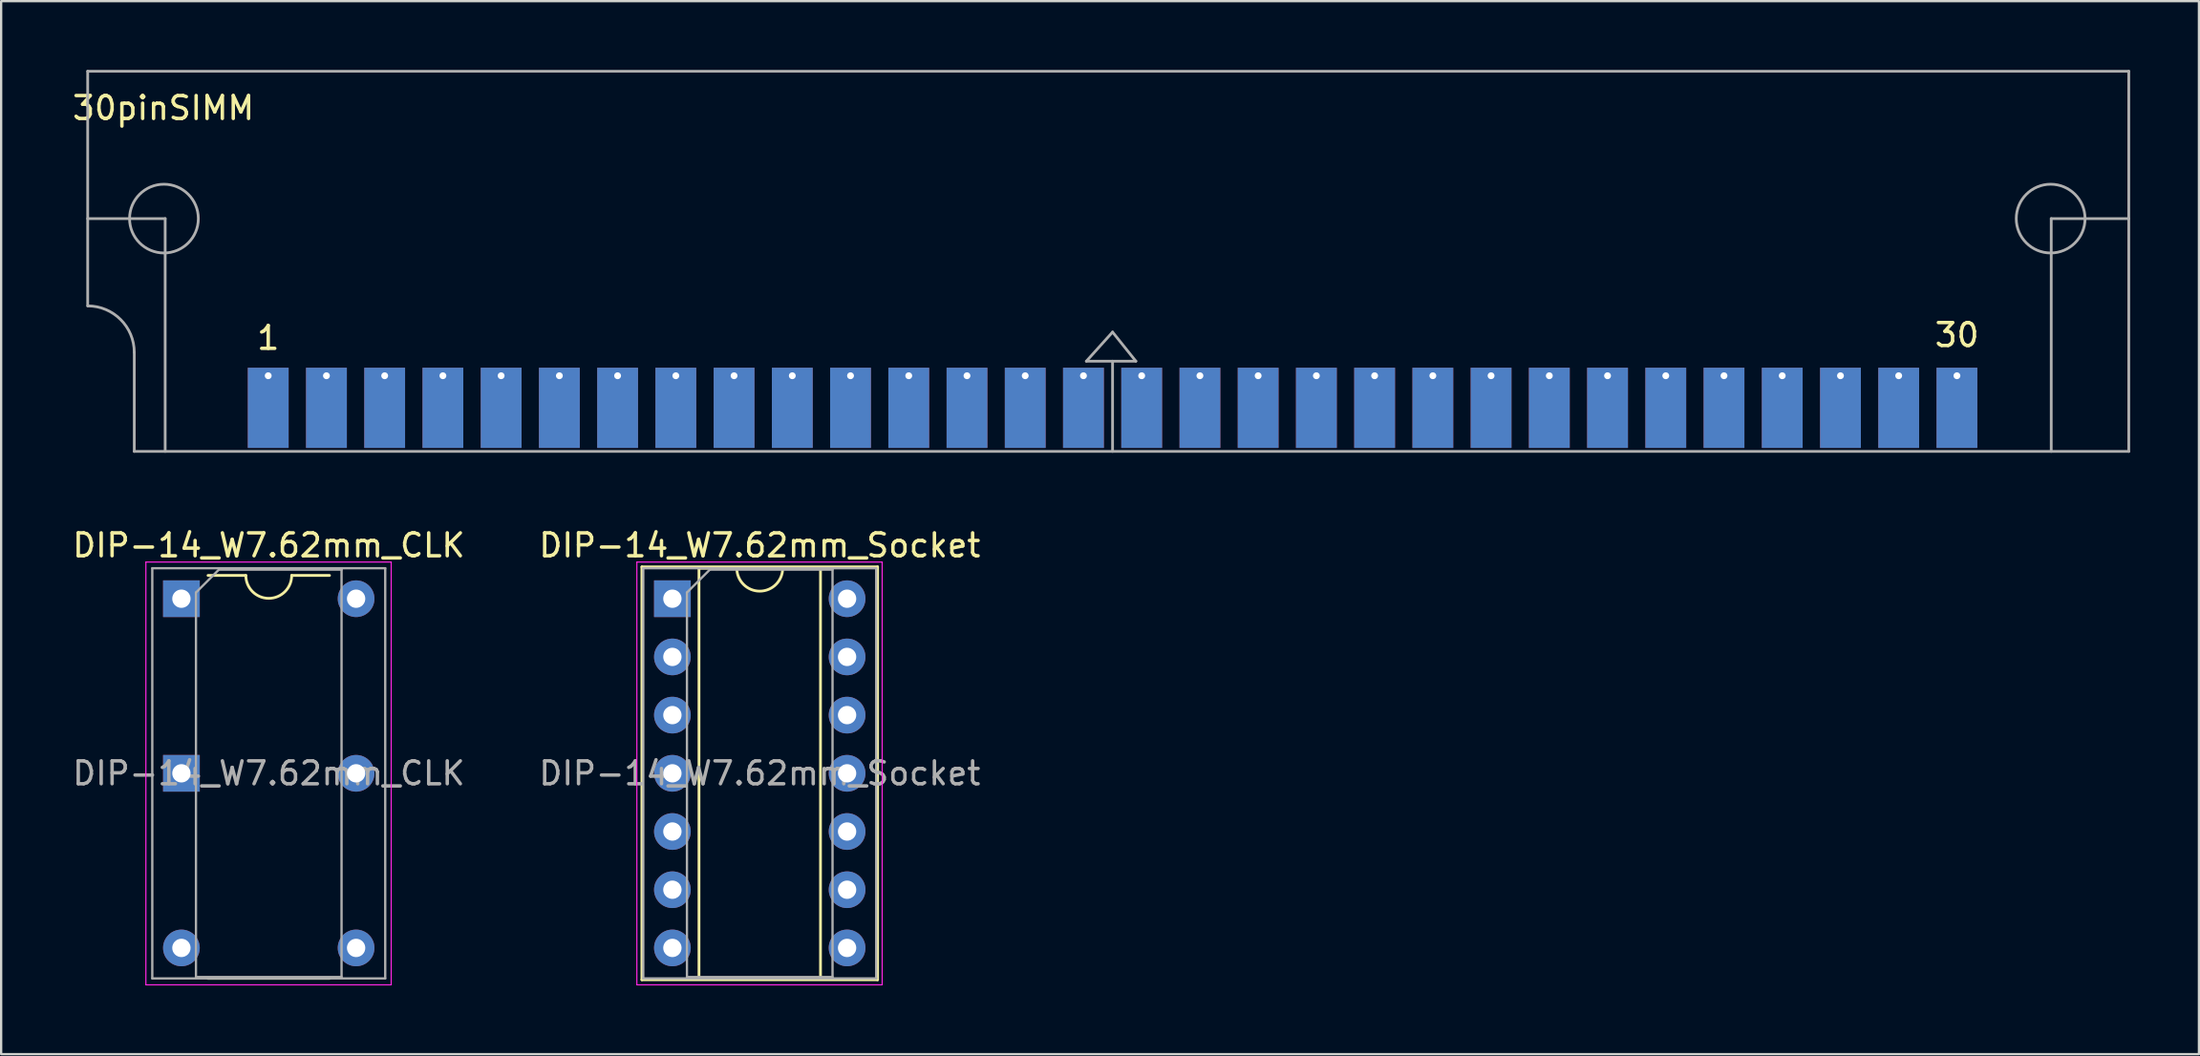
<source format=kicad_pcb>
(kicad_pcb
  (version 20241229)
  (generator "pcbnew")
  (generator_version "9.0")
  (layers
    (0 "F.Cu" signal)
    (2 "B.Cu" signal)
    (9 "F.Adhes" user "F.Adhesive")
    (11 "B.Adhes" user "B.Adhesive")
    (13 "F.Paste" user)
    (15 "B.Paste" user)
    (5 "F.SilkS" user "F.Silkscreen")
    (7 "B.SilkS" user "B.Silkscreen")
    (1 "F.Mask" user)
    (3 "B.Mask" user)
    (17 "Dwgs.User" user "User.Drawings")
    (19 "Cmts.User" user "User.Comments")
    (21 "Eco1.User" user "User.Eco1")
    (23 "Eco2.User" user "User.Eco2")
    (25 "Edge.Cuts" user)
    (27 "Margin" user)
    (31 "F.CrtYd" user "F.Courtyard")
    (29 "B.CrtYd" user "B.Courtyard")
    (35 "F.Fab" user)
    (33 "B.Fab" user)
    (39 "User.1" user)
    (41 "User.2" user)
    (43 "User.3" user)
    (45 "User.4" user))
  (footprint "30pinSIMM"
    (layer "F.Cu")
    (at 0.775 16.65)
    (property "Reference" "30pinSIMM" (at 3.302 -14.986 0) (layer "F.SilkS") (effects (font (size 1 1) (thickness 0.15))))
    (attr through_hole)
    (fp_line (start 0 -16.59) (end 89.03 -16.59) (stroke (width 0.12) (type solid)) (layer "F.Fab"))
    (fp_line (start 0 -10.16) (end 3.38 -10.16) (stroke (width 0.12) (type solid)) (layer "F.Fab"))
    (fp_line (start 0 -6.35) (end 0 -16.59) (stroke (width 0.12) (type solid)) (layer "F.Fab"))
    (fp_line (start 2.032 0) (end 2.032 -4.318) (stroke (width 0.12) (type solid)) (layer "F.Fab"))
    (fp_line (start 2.032 0) (end 89.03 0) (stroke (width 0.12) (type solid)) (layer "F.Fab"))
    (fp_line (start 3.38 0) (end 3.38 -10.16) (stroke (width 0.12) (type solid)) (layer "F.Fab"))
    (fp_line (start 43.561 -3.937) (end 44.704 -5.207) (stroke (width 0.12) (type solid)) (layer "F.Fab"))
    (fp_line (start 43.561 -3.937) (end 45.72 -3.937) (stroke (width 0.12) (type solid)) (layer "F.Fab"))
    (fp_line (start 44.704 -5.207) (end 45.72 -3.937) (stroke (width 0.12) (type solid)) (layer "F.Fab"))
    (fp_line (start 44.704 0) (end 44.704 -3.937) (stroke (width 0.12) (type solid)) (layer "F.Fab"))
    (fp_line (start 85.647 -10.16) (end 89.027 -10.16) (stroke (width 0.12) (type solid)) (layer "F.Fab"))
    (fp_line (start 85.647 0) (end 85.647 -10.16) (stroke (width 0.12) (type solid)) (layer "F.Fab"))
    (fp_line (start 89.03 0) (end 89.03 -16.59) (stroke (width 0.12) (type solid)) (layer "F.Fab"))
    (fp_arc (start 0.003547 -6.349999) (mid 1.438095 -5.753588) (end 2.032 -4.318002) (stroke (width 0.12) (type solid)) (layer "F.Fab"))
    (fp_circle (center 3.326 -10.16) (end 4.826 -10.16) (stroke (width 0.12) (type solid)) (fill no) (layer "F.Fab"))
    (fp_circle (center 85.622 -10.16) (end 87.122 -10.16) (stroke (width 0.12) (type solid)) (fill no) (layer "F.Fab"))
    (fp_text user "1" (at 7.874 -4.953 0) (layer "F.SilkS") (effects (font (size 1 1) (thickness 0.15))))
    (fp_text user "30" (at 81.534 -5.08 0) (layer "F.SilkS") (effects (font (size 1 1) (thickness 0.15))))
    (pad "1" thru_hole rect (at 7.874 -3.302) (size 1.78 3.5) (drill 0.3 (offset 0 1.4)) (layers "*.Cu" "*.Mask"))
    (pad "2" thru_hole rect (at 10.414 -3.302) (size 1.78 3.5) (drill 0.3 (offset 0 1.4)) (layers "*.Cu" "*.Mask"))
    (pad "3" thru_hole rect (at 12.954 -3.302) (size 1.78 3.5) (drill 0.3 (offset 0 1.4)) (layers "*.Cu" "*.Mask"))
    (pad "4" thru_hole rect (at 15.494 -3.302) (size 1.78 3.5) (drill 0.3 (offset 0 1.4)) (layers "*.Cu" "*.Mask"))
    (pad "5" thru_hole rect (at 18.034 -3.302) (size 1.78 3.5) (drill 0.3 (offset 0 1.4)) (layers "*.Cu" "*.Mask"))
    (pad "6" thru_hole rect (at 20.574 -3.302) (size 1.78 3.5) (drill 0.3 (offset 0 1.4)) (layers "*.Cu" "*.Mask"))
    (pad "7" thru_hole rect (at 23.114 -3.302) (size 1.78 3.5) (drill 0.3 (offset 0 1.4)) (layers "*.Cu" "*.Mask"))
    (pad "8" thru_hole rect (at 25.654 -3.302) (size 1.78 3.5) (drill 0.3 (offset 0 1.4)) (layers "*.Cu" "*.Mask"))
    (pad "9" thru_hole rect (at 28.194 -3.302) (size 1.78 3.5) (drill 0.3 (offset 0 1.4)) (layers "*.Cu" "*.Mask"))
    (pad "10" thru_hole rect (at 30.734 -3.302) (size 1.78 3.5) (drill 0.3 (offset 0 1.4)) (layers "*.Cu" "*.Mask"))
    (pad "11" thru_hole rect (at 33.274 -3.302) (size 1.78 3.5) (drill 0.3 (offset 0 1.4)) (layers "*.Cu" "*.Mask"))
    (pad "12" thru_hole rect (at 35.814 -3.302) (size 1.78 3.5) (drill 0.3 (offset 0 1.4)) (layers "*.Cu" "*.Mask"))
    (pad "13" thru_hole rect (at 38.354 -3.302) (size 1.78 3.5) (drill 0.3 (offset 0 1.4)) (layers "*.Cu" "*.Mask"))
    (pad "14" thru_hole rect (at 40.894 -3.302) (size 1.78 3.5) (drill 0.3 (offset 0 1.4)) (layers "*.Cu" "*.Mask"))
    (pad "15" thru_hole rect (at 43.434 -3.302) (size 1.78 3.5) (drill 0.3 (offset 0 1.4)) (layers "*.Cu" "*.Mask"))
    (pad "16" thru_hole rect (at 45.974 -3.302) (size 1.78 3.5) (drill 0.3 (offset 0 1.4)) (layers "*.Cu" "*.Mask"))
    (pad "17" thru_hole rect (at 48.514 -3.302) (size 1.78 3.5) (drill 0.3 (offset 0 1.4)) (layers "*.Cu" "*.Mask"))
    (pad "18" thru_hole rect (at 51.054 -3.302) (size 1.78 3.5) (drill 0.3 (offset 0 1.4)) (layers "*.Cu" "*.Mask"))
    (pad "19" thru_hole rect (at 53.594 -3.302) (size 1.78 3.5) (drill 0.3 (offset 0 1.4)) (layers "*.Cu" "*.Mask"))
    (pad "20" thru_hole rect (at 56.134 -3.302) (size 1.78 3.5) (drill 0.3 (offset 0 1.4)) (layers "*.Cu" "*.Mask"))
    (pad "21" thru_hole rect (at 58.674 -3.302) (size 1.78 3.5) (drill 0.3 (offset 0 1.4)) (layers "*.Cu" "*.Mask"))
    (pad "22" thru_hole rect (at 61.214 -3.302) (size 1.78 3.5) (drill 0.3 (offset 0 1.4)) (layers "*.Cu" "*.Mask"))
    (pad "23" thru_hole rect (at 63.754 -3.302) (size 1.78 3.5) (drill 0.3 (offset 0 1.4)) (layers "*.Cu" "*.Mask"))
    (pad "24" thru_hole rect (at 66.294 -3.302) (size 1.78 3.5) (drill 0.3 (offset 0 1.4)) (layers "*.Cu" "*.Mask"))
    (pad "25" thru_hole rect (at 68.834 -3.302) (size 1.78 3.5) (drill 0.3 (offset 0 1.4)) (layers "*.Cu" "*.Mask"))
    (pad "26" thru_hole rect (at 71.374 -3.302) (size 1.78 3.5) (drill 0.3 (offset 0 1.4)) (layers "*.Cu" "*.Mask"))
    (pad "27" thru_hole rect (at 73.914 -3.302) (size 1.78 3.5) (drill 0.3 (offset 0 1.4)) (layers "*.Cu" "*.Mask"))
    (pad "28" thru_hole rect (at 76.454 -3.302) (size 1.78 3.5) (drill 0.3 (offset 0 1.4)) (layers "*.Cu" "*.Mask"))
    (pad "29" thru_hole rect (at 78.994 -3.302) (size 1.78 3.5) (drill 0.3 (offset 0 1.4)) (layers "*.Cu" "*.Mask"))
    (pad "30" thru_hole rect (at 81.534 -3.302) (size 1.78 3.5) (drill 0.3 (offset 0 1.4)) (layers "*.Cu" "*.Mask")))
  (footprint "DIP-14_W7.62mm_CLK"
    (layer "F.Cu")
    (at 4.863 23.078)
    (property "Reference" "DIP-14_W7.62mm_CLK" (at 3.81 -2.33 0) (layer "F.SilkS") (effects (font (size 1 1) (thickness 0.15))))
    (attr through_hole)
    (fp_line (start 1.16 16.57) (end 6.46 16.57) (stroke (width 0.12) (type solid)) (layer "F.SilkS"))
    (fp_line (start 2.81 -1.016) (end 1.16 -1.016) (stroke (width 0.12) (type solid)) (layer "F.SilkS"))
    (fp_line (start 6.46 -1.016) (end 4.81 -1.016) (stroke (width 0.12) (type solid)) (layer "F.SilkS"))
    (fp_arc (start 4.81 -1.016) (mid 3.81 -0.016) (end 2.81 -1.016) (stroke (width 0.12) (type solid)) (layer "F.SilkS"))
    (fp_line (start -1.55 -1.6) (end -1.55 16.85) (stroke (width 0.05) (type solid)) (layer "F.CrtYd"))
    (fp_line (start -1.55 16.85) (end 9.15 16.85) (stroke (width 0.05) (type solid)) (layer "F.CrtYd"))
    (fp_line (start 9.15 -1.6) (end -1.55 -1.6) (stroke (width 0.05) (type solid)) (layer "F.CrtYd"))
    (fp_line (start 9.15 16.85) (end 9.15 -1.6) (stroke (width 0.05) (type solid)) (layer "F.CrtYd"))
    (fp_line (start -1.27 -1.33) (end -1.27 16.57) (stroke (width 0.1) (type solid)) (layer "F.Fab"))
    (fp_line (start -1.27 16.57) (end 8.89 16.57) (stroke (width 0.1) (type solid)) (layer "F.Fab"))
    (fp_line (start 0.635 -0.27) (end 1.635 -1.27) (stroke (width 0.1) (type solid)) (layer "F.Fab"))
    (fp_line (start 0.635 16.51) (end 0.635 -0.27) (stroke (width 0.1) (type solid)) (layer "F.Fab"))
    (fp_line (start 1.635 -1.27) (end 6.985 -1.27) (stroke (width 0.1) (type solid)) (layer "F.Fab"))
    (fp_line (start 6.985 -1.27) (end 6.985 16.51) (stroke (width 0.1) (type solid)) (layer "F.Fab"))
    (fp_line (start 6.985 16.51) (end 0.635 16.51) (stroke (width 0.1) (type solid)) (layer "F.Fab"))
    (fp_line (start 8.89 -1.33) (end -1.27 -1.33) (stroke (width 0.1) (type solid)) (layer "F.Fab"))
    (fp_line (start 8.89 16.57) (end 8.89 -1.33) (stroke (width 0.1) (type solid)) (layer "F.Fab"))
    (fp_text user "${REFERENCE}" (at 3.81 7.62 0) (layer "F.Fab") (effects (font (size 1 1) (thickness 0.15))))
    (pad "1" thru_hole rect (at 0 0) (size 1.6 1.6) (drill 0.8) (layers "*.Cu" "*.Mask"))
    (pad "4" thru_hole rect (at 0 7.62) (size 1.6 1.6) (drill 0.8) (layers "*.Cu" "*.Mask"))
    (pad "7" thru_hole oval (at 0 15.24) (size 1.6 1.6) (drill 0.8) (layers "*.Cu" "*.Mask"))
    (pad "8" thru_hole oval (at 7.62 15.24) (size 1.6 1.6) (drill 0.8) (layers "*.Cu" "*.Mask"))
    (pad "11" thru_hole oval (at 7.62 7.62) (size 1.6 1.6) (drill 0.8) (layers "*.Cu" "*.Mask"))
    (pad "14" thru_hole oval (at 7.62 0) (size 1.6 1.6) (drill 0.8) (layers "*.Cu" "*.Mask")))
  (footprint "DIP-14_W7.62mm_Socket"
    (layer "F.Cu")
    (at 26.279 23.078)
    (property "Reference" "DIP-14_W7.62mm_Socket" (at 3.81 -2.33 0) (layer "F.SilkS") (effects (font (size 1 1) (thickness 0.15))))
    (attr through_hole)
    (fp_line (start -1.33 -1.39) (end -1.33 16.63) (stroke (width 0.12) (type solid)) (layer "F.SilkS"))
    (fp_line (start -1.33 16.63) (end 8.95 16.63) (stroke (width 0.12) (type solid)) (layer "F.SilkS"))
    (fp_line (start 1.16 -1.33) (end 1.16 16.57) (stroke (width 0.12) (type solid)) (layer "F.SilkS"))
    (fp_line (start 1.16 16.57) (end 6.46 16.57) (stroke (width 0.12) (type solid)) (layer "F.SilkS"))
    (fp_line (start 2.81 -1.33) (end 1.16 -1.33) (stroke (width 0.12) (type solid)) (layer "F.SilkS"))
    (fp_line (start 6.46 -1.33) (end 4.81 -1.33) (stroke (width 0.12) (type solid)) (layer "F.SilkS"))
    (fp_line (start 6.46 16.57) (end 6.46 -1.33) (stroke (width 0.12) (type solid)) (layer "F.SilkS"))
    (fp_line (start 8.95 -1.39) (end -1.33 -1.39) (stroke (width 0.12) (type solid)) (layer "F.SilkS"))
    (fp_line (start 8.95 16.63) (end 8.95 -1.39) (stroke (width 0.12) (type solid)) (layer "F.SilkS"))
    (fp_arc (start 4.81 -1.33) (mid 3.81 -0.33) (end 2.81 -1.33) (stroke (width 0.12) (type solid)) (layer "F.SilkS"))
    (fp_line (start -1.55 -1.6) (end -1.55 16.85) (stroke (width 0.05) (type solid)) (layer "F.CrtYd"))
    (fp_line (start -1.55 16.85) (end 9.15 16.85) (stroke (width 0.05) (type solid)) (layer "F.CrtYd"))
    (fp_line (start 9.15 -1.6) (end -1.55 -1.6) (stroke (width 0.05) (type solid)) (layer "F.CrtYd"))
    (fp_line (start 9.15 16.85) (end 9.15 -1.6) (stroke (width 0.05) (type solid)) (layer "F.CrtYd"))
    (fp_line (start -1.27 -1.33) (end -1.27 16.57) (stroke (width 0.1) (type solid)) (layer "F.Fab"))
    (fp_line (start -1.27 16.57) (end 8.89 16.57) (stroke (width 0.1) (type solid)) (layer "F.Fab"))
    (fp_line (start 0.635 -0.27) (end 1.635 -1.27) (stroke (width 0.1) (type solid)) (layer "F.Fab"))
    (fp_line (start 0.635 16.51) (end 0.635 -0.27) (stroke (width 0.1) (type solid)) (layer "F.Fab"))
    (fp_line (start 1.635 -1.27) (end 6.985 -1.27) (stroke (width 0.1) (type solid)) (layer "F.Fab"))
    (fp_line (start 6.985 -1.27) (end 6.985 16.51) (stroke (width 0.1) (type solid)) (layer "F.Fab"))
    (fp_line (start 6.985 16.51) (end 0.635 16.51) (stroke (width 0.1) (type solid)) (layer "F.Fab"))
    (fp_line (start 8.89 -1.33) (end -1.27 -1.33) (stroke (width 0.1) (type solid)) (layer "F.Fab"))
    (fp_line (start 8.89 16.57) (end 8.89 -1.33) (stroke (width 0.1) (type solid)) (layer "F.Fab"))
    (fp_text user "${REFERENCE}" (at 3.81 7.62 0) (layer "F.Fab") (effects (font (size 1 1) (thickness 0.15))))
    (pad "1" thru_hole rect (at 0 0) (size 1.6 1.6) (drill 0.8) (layers "*.Cu" "*.Mask"))
    (pad "2" thru_hole oval (at 0 2.54) (size 1.6 1.6) (drill 0.8) (layers "*.Cu" "*.Mask"))
    (pad "3" thru_hole oval (at 0 5.08) (size 1.6 1.6) (drill 0.8) (layers "*.Cu" "*.Mask"))
    (pad "4" thru_hole oval (at 0 7.62) (size 1.6 1.6) (drill 0.8) (layers "*.Cu" "*.Mask"))
    (pad "5" thru_hole oval (at 0 10.16) (size 1.6 1.6) (drill 0.8) (layers "*.Cu" "*.Mask"))
    (pad "6" thru_hole oval (at 0 12.7) (size 1.6 1.6) (drill 0.8) (layers "*.Cu" "*.Mask"))
    (pad "7" thru_hole oval (at 0 15.24) (size 1.6 1.6) (drill 0.8) (layers "*.Cu" "*.Mask"))
    (pad "8" thru_hole oval (at 7.62 15.24) (size 1.6 1.6) (drill 0.8) (layers "*.Cu" "*.Mask"))
    (pad "9" thru_hole oval (at 7.62 12.7) (size 1.6 1.6) (drill 0.8) (layers "*.Cu" "*.Mask"))
    (pad "10" thru_hole oval (at 7.62 10.16) (size 1.6 1.6) (drill 0.8) (layers "*.Cu" "*.Mask"))
    (pad "11" thru_hole oval (at 7.62 7.62) (size 1.6 1.6) (drill 0.8) (layers "*.Cu" "*.Mask"))
    (pad "12" thru_hole oval (at 7.62 5.08) (size 1.6 1.6) (drill 0.8) (layers "*.Cu" "*.Mask"))
    (pad "13" thru_hole oval (at 7.62 2.54) (size 1.6 1.6) (drill 0.8) (layers "*.Cu" "*.Mask"))
    (pad "14" thru_hole oval (at 7.62 0) (size 1.6 1.6) (drill 0.8) (layers "*.Cu" "*.Mask")))
  (gr_rect
    (start -3 -3)
    (end 92.865 42.953)
    (stroke (width 0.1) (type default))
    (fill no)
    (layer "Edge.Cuts")))
</source>
